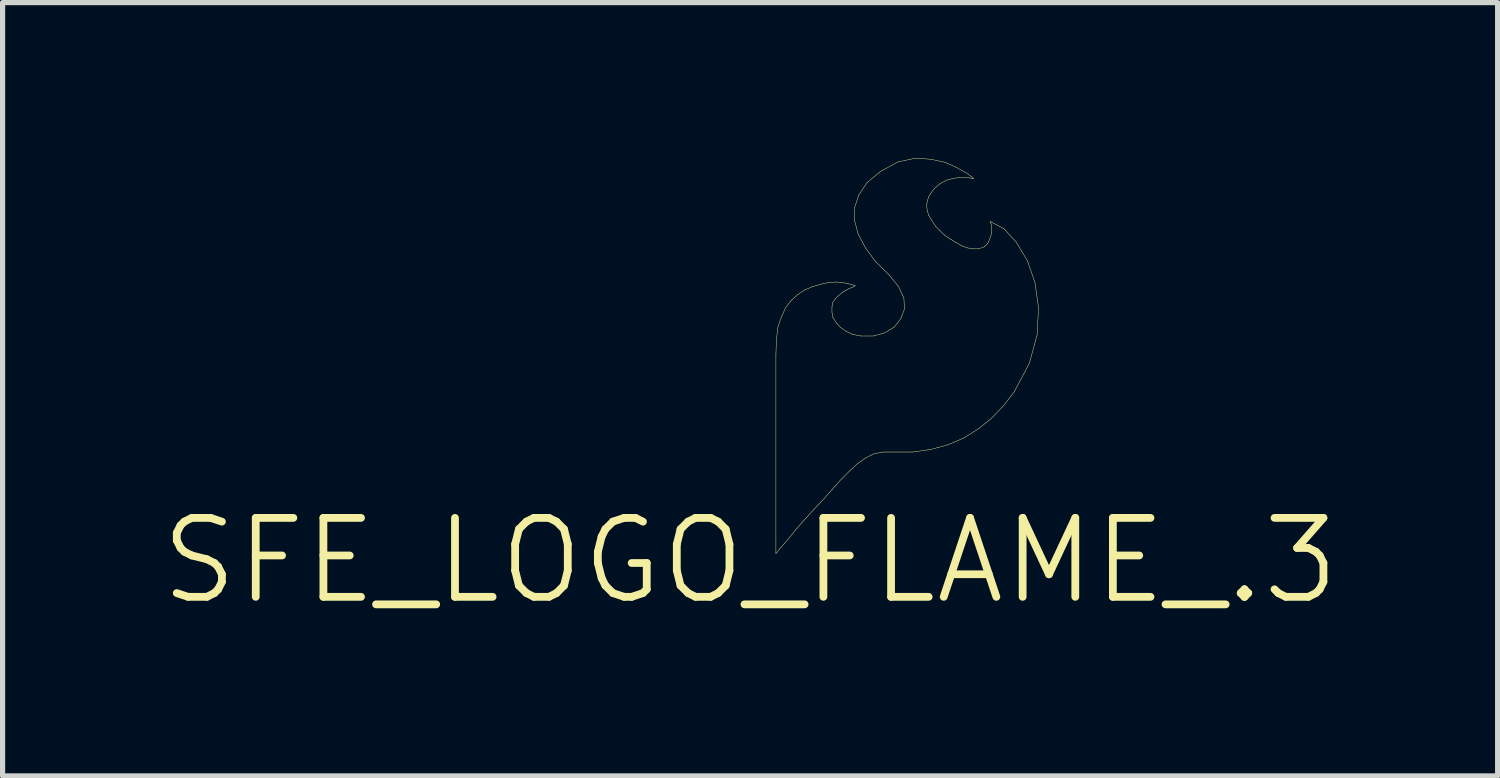
<source format=kicad_pcb>
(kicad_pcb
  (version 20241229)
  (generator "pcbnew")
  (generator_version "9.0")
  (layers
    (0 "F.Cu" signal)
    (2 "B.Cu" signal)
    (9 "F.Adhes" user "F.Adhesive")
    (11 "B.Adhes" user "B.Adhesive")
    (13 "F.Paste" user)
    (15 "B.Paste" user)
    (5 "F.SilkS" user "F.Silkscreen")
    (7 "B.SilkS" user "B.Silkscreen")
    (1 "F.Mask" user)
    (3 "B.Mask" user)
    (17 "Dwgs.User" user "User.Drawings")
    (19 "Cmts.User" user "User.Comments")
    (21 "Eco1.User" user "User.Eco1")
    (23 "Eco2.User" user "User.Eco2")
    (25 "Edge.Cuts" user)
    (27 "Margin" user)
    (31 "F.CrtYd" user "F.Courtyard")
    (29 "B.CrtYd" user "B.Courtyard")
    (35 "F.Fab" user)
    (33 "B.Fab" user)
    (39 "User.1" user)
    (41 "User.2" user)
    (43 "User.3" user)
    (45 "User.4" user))
  (footprint "SFE_LOGO_FLAME_.3"
    (layer "F.Cu")
    (at 11.43 7.774)
    (property "Reference" "SFE_LOGO_FLAME_.3" (at 0 0 0) (layer "F.SilkS") (effects (font (size 1.524 1.524) (thickness 0.15))))
    (attr exclude_from_pos_files exclude_from_bom)
    (fp_line (start 0.498 -3.978) (end 0.498 -0.14) (stroke (width 0.008) (type solid)) (layer "F.SilkS"))
    (fp_line (start 0.498 -0.14) (end 0.518 -0.157) (stroke (width 0.008) (type solid)) (layer "F.SilkS"))
    (fp_line (start 0.508 -4.27) (end 0.498 -3.978) (stroke (width 0.008) (type solid)) (layer "F.SilkS"))
    (fp_line (start 0.518 -0.157) (end 0.569 -0.229) (stroke (width 0.008) (type solid)) (layer "F.SilkS"))
    (fp_line (start 0.538 -4.519) (end 0.508 -4.27) (stroke (width 0.008) (type solid)) (layer "F.SilkS"))
    (fp_line (start 0.569 -0.229) (end 0.658 -0.328) (stroke (width 0.008) (type solid)) (layer "F.SilkS"))
    (fp_line (start 0.61 -4.719) (end 0.538 -4.519) (stroke (width 0.008) (type solid)) (layer "F.SilkS"))
    (fp_line (start 0.658 -0.328) (end 0.77 -0.46) (stroke (width 0.008) (type solid)) (layer "F.SilkS"))
    (fp_line (start 0.688 -4.889) (end 0.61 -4.719) (stroke (width 0.008) (type solid)) (layer "F.SilkS"))
    (fp_line (start 0.77 -0.46) (end 0.899 -0.62) (stroke (width 0.008) (type solid)) (layer "F.SilkS"))
    (fp_line (start 0.798 -5.029) (end 0.688 -4.889) (stroke (width 0.008) (type solid)) (layer "F.SilkS"))
    (fp_line (start 0.899 -0.62) (end 1.049 -0.79) (stroke (width 0.008) (type solid)) (layer "F.SilkS"))
    (fp_line (start 0.919 -5.138) (end 0.798 -5.029) (stroke (width 0.008) (type solid)) (layer "F.SilkS"))
    (fp_line (start 1.049 -0.79) (end 1.219 -0.978) (stroke (width 0.008) (type solid)) (layer "F.SilkS"))
    (fp_line (start 1.059 -5.23) (end 0.919 -5.138) (stroke (width 0.008) (type solid)) (layer "F.SilkS"))
    (fp_line (start 1.199 -5.288) (end 1.059 -5.23) (stroke (width 0.008) (type solid)) (layer "F.SilkS"))
    (fp_line (start 1.219 -0.978) (end 1.4 -1.168) (stroke (width 0.008) (type solid)) (layer "F.SilkS"))
    (fp_line (start 1.369 -5.339) (end 1.199 -5.288) (stroke (width 0.008) (type solid)) (layer "F.SilkS"))
    (fp_line (start 1.4 -1.168) (end 1.587 -1.379) (stroke (width 0.008) (type solid)) (layer "F.SilkS"))
    (fp_line (start 1.519 -5.37) (end 1.369 -5.339) (stroke (width 0.008) (type solid)) (layer "F.SilkS"))
    (fp_line (start 1.58 -4.9) (end 1.598 -4.989) (stroke (width 0.008) (type solid)) (layer "F.SilkS"))
    (fp_line (start 1.58 -4.798) (end 1.58 -4.9) (stroke (width 0.008) (type solid)) (layer "F.SilkS"))
    (fp_line (start 1.587 -1.379) (end 1.758 -1.57) (stroke (width 0.008) (type solid)) (layer "F.SilkS"))
    (fp_line (start 1.598 -4.989) (end 1.648 -5.06) (stroke (width 0.008) (type solid)) (layer "F.SilkS"))
    (fp_line (start 1.598 -4.699) (end 1.58 -4.798) (stroke (width 0.008) (type solid)) (layer "F.SilkS"))
    (fp_line (start 1.648 -5.06) (end 1.709 -5.118) (stroke (width 0.008) (type solid)) (layer "F.SilkS"))
    (fp_line (start 1.659 -5.38) (end 1.519 -5.37) (stroke (width 0.008) (type solid)) (layer "F.SilkS"))
    (fp_line (start 1.659 -4.6) (end 1.598 -4.699) (stroke (width 0.008) (type solid)) (layer "F.SilkS"))
    (fp_line (start 1.709 -5.118) (end 1.778 -5.179) (stroke (width 0.008) (type solid)) (layer "F.SilkS"))
    (fp_line (start 1.74 -4.508) (end 1.659 -4.6) (stroke (width 0.008) (type solid)) (layer "F.SilkS"))
    (fp_line (start 1.758 -1.57) (end 1.918 -1.73) (stroke (width 0.008) (type solid)) (layer "F.SilkS"))
    (fp_line (start 1.778 -5.37) (end 1.659 -5.38) (stroke (width 0.008) (type solid)) (layer "F.SilkS"))
    (fp_line (start 1.778 -5.179) (end 1.849 -5.22) (stroke (width 0.008) (type solid)) (layer "F.SilkS"))
    (fp_line (start 1.849 -5.22) (end 1.918 -5.258) (stroke (width 0.008) (type solid)) (layer "F.SilkS"))
    (fp_line (start 1.849 -4.43) (end 1.74 -4.508) (stroke (width 0.008) (type solid)) (layer "F.SilkS"))
    (fp_line (start 1.89 -5.349) (end 1.778 -5.37) (stroke (width 0.008) (type solid)) (layer "F.SilkS"))
    (fp_line (start 1.918 -5.258) (end 1.979 -5.278) (stroke (width 0.008) (type solid)) (layer "F.SilkS"))
    (fp_line (start 1.918 -1.73) (end 2.068 -1.869) (stroke (width 0.008) (type solid)) (layer "F.SilkS"))
    (fp_line (start 1.958 -5.329) (end 1.89 -5.349) (stroke (width 0.008) (type solid)) (layer "F.SilkS"))
    (fp_line (start 1.979 -5.278) (end 2.009 -5.298) (stroke (width 0.008) (type solid)) (layer "F.SilkS"))
    (fp_line (start 1.979 -4.369) (end 1.849 -4.43) (stroke (width 0.008) (type solid)) (layer "F.SilkS"))
    (fp_line (start 2.009 -5.319) (end 1.958 -5.329) (stroke (width 0.008) (type solid)) (layer "F.SilkS"))
    (fp_line (start 2.009 -5.298) (end 2.029 -5.309) (stroke (width 0.008) (type solid)) (layer "F.SilkS"))
    (fp_line (start 2.019 -6.82) (end 2.019 -6.558) (stroke (width 0.008) (type solid)) (layer "F.SilkS"))
    (fp_line (start 2.019 -6.558) (end 2.088 -6.299) (stroke (width 0.008) (type solid)) (layer "F.SilkS"))
    (fp_line (start 2.029 -5.309) (end 2.009 -5.319) (stroke (width 0.008) (type solid)) (layer "F.SilkS"))
    (fp_line (start 2.068 -1.869) (end 2.22 -1.979) (stroke (width 0.008) (type solid)) (layer "F.SilkS"))
    (fp_line (start 2.088 -6.299) (end 2.228 -6.038) (stroke (width 0.008) (type solid)) (layer "F.SilkS"))
    (fp_line (start 2.098 -7.059) (end 2.019 -6.82) (stroke (width 0.008) (type solid)) (layer "F.SilkS"))
    (fp_line (start 2.139 -4.338) (end 1.979 -4.369) (stroke (width 0.008) (type solid)) (layer "F.SilkS"))
    (fp_line (start 2.22 -1.979) (end 2.38 -2.06) (stroke (width 0.008) (type solid)) (layer "F.SilkS"))
    (fp_line (start 2.228 -6.038) (end 2.418 -5.779) (stroke (width 0.008) (type solid)) (layer "F.SilkS"))
    (fp_line (start 2.258 -7.3) (end 2.098 -7.059) (stroke (width 0.008) (type solid)) (layer "F.SilkS"))
    (fp_line (start 2.38 -4.338) (end 2.139 -4.338) (stroke (width 0.008) (type solid)) (layer "F.SilkS"))
    (fp_line (start 2.38 -2.06) (end 2.558 -2.098) (stroke (width 0.008) (type solid)) (layer "F.SilkS"))
    (fp_line (start 2.418 -5.779) (end 2.68 -5.519) (stroke (width 0.008) (type solid)) (layer "F.SilkS"))
    (fp_line (start 2.52 -7.518) (end 2.258 -7.3) (stroke (width 0.008) (type solid)) (layer "F.SilkS"))
    (fp_line (start 2.558 -2.098) (end 3.139 -2.098) (stroke (width 0.008) (type solid)) (layer "F.SilkS"))
    (fp_line (start 2.598 -4.399) (end 2.38 -4.338) (stroke (width 0.008) (type solid)) (layer "F.SilkS"))
    (fp_line (start 2.68 -5.519) (end 2.868 -5.288) (stroke (width 0.008) (type solid)) (layer "F.SilkS"))
    (fp_line (start 2.779 -4.508) (end 2.598 -4.399) (stroke (width 0.008) (type solid)) (layer "F.SilkS"))
    (fp_line (start 2.857 -7.699) (end 2.52 -7.518) (stroke (width 0.008) (type solid)) (layer "F.SilkS"))
    (fp_line (start 2.868 -5.288) (end 2.969 -5.07) (stroke (width 0.008) (type solid)) (layer "F.SilkS"))
    (fp_line (start 2.908 -4.669) (end 2.779 -4.508) (stroke (width 0.008) (type solid)) (layer "F.SilkS"))
    (fp_line (start 2.969 -5.07) (end 2.979 -4.859) (stroke (width 0.008) (type solid)) (layer "F.SilkS"))
    (fp_line (start 2.979 -4.859) (end 2.908 -4.669) (stroke (width 0.008) (type solid)) (layer "F.SilkS"))
    (fp_line (start 3.139 -2.098) (end 3.49 -2.149) (stroke (width 0.008) (type solid)) (layer "F.SilkS"))
    (fp_line (start 3.188 -7.77) (end 2.857 -7.699) (stroke (width 0.008) (type solid)) (layer "F.SilkS"))
    (fp_line (start 3.409 -6.858) (end 3.419 -6.939) (stroke (width 0.008) (type solid)) (layer "F.SilkS"))
    (fp_line (start 3.419 -6.939) (end 3.449 -7.028) (stroke (width 0.008) (type solid)) (layer "F.SilkS"))
    (fp_line (start 3.419 -6.759) (end 3.409 -6.858) (stroke (width 0.008) (type solid)) (layer "F.SilkS"))
    (fp_line (start 3.449 -7.028) (end 3.498 -7.109) (stroke (width 0.008) (type solid)) (layer "F.SilkS"))
    (fp_line (start 3.449 -6.668) (end 3.419 -6.759) (stroke (width 0.008) (type solid)) (layer "F.SilkS"))
    (fp_line (start 3.49 -7.75) (end 3.188 -7.77) (stroke (width 0.008) (type solid)) (layer "F.SilkS"))
    (fp_line (start 3.49 -2.149) (end 3.818 -2.238) (stroke (width 0.008) (type solid)) (layer "F.SilkS"))
    (fp_line (start 3.498 -7.109) (end 3.559 -7.188) (stroke (width 0.008) (type solid)) (layer "F.SilkS"))
    (fp_line (start 3.508 -6.568) (end 3.449 -6.668) (stroke (width 0.008) (type solid)) (layer "F.SilkS"))
    (fp_line (start 3.559 -7.188) (end 3.668 -7.28) (stroke (width 0.008) (type solid)) (layer "F.SilkS"))
    (fp_line (start 3.579 -6.459) (end 3.508 -6.568) (stroke (width 0.008) (type solid)) (layer "F.SilkS"))
    (fp_line (start 3.668 -7.28) (end 3.8 -7.348) (stroke (width 0.008) (type solid)) (layer "F.SilkS"))
    (fp_line (start 3.668 -6.368) (end 3.579 -6.459) (stroke (width 0.008) (type solid)) (layer "F.SilkS"))
    (fp_line (start 3.759 -6.279) (end 3.668 -6.368) (stroke (width 0.008) (type solid)) (layer "F.SilkS"))
    (fp_line (start 3.769 -7.689) (end 3.49 -7.75) (stroke (width 0.008) (type solid)) (layer "F.SilkS"))
    (fp_line (start 3.8 -7.348) (end 3.919 -7.379) (stroke (width 0.008) (type solid)) (layer "F.SilkS"))
    (fp_line (start 3.818 -2.238) (end 4.128 -2.37) (stroke (width 0.008) (type solid)) (layer "F.SilkS"))
    (fp_line (start 3.868 -6.208) (end 3.759 -6.279) (stroke (width 0.008) (type solid)) (layer "F.SilkS"))
    (fp_line (start 3.919 -7.379) (end 4.049 -7.399) (stroke (width 0.008) (type solid)) (layer "F.SilkS"))
    (fp_line (start 3.978 -6.139) (end 3.868 -6.208) (stroke (width 0.008) (type solid)) (layer "F.SilkS"))
    (fp_line (start 3.988 -7.59) (end 3.769 -7.689) (stroke (width 0.008) (type solid)) (layer "F.SilkS"))
    (fp_line (start 4.049 -7.399) (end 4.148 -7.399) (stroke (width 0.008) (type solid)) (layer "F.SilkS"))
    (fp_line (start 4.089 -6.078) (end 3.978 -6.139) (stroke (width 0.008) (type solid)) (layer "F.SilkS"))
    (fp_line (start 4.128 -2.37) (end 4.409 -2.548) (stroke (width 0.008) (type solid)) (layer "F.SilkS"))
    (fp_line (start 4.148 -7.399) (end 4.239 -7.389) (stroke (width 0.008) (type solid)) (layer "F.SilkS"))
    (fp_line (start 4.168 -7.488) (end 3.988 -7.59) (stroke (width 0.008) (type solid)) (layer "F.SilkS"))
    (fp_line (start 4.199 -6.038) (end 4.089 -6.078) (stroke (width 0.008) (type solid)) (layer "F.SilkS"))
    (fp_line (start 4.239 -7.389) (end 4.298 -7.379) (stroke (width 0.008) (type solid)) (layer "F.SilkS"))
    (fp_line (start 4.28 -7.409) (end 4.168 -7.488) (stroke (width 0.008) (type solid)) (layer "F.SilkS"))
    (fp_line (start 4.298 -7.379) (end 4.318 -7.379) (stroke (width 0.008) (type solid)) (layer "F.SilkS"))
    (fp_line (start 4.308 -6.02) (end 4.199 -6.038) (stroke (width 0.008) (type solid)) (layer "F.SilkS"))
    (fp_line (start 4.318 -7.379) (end 4.28 -7.409) (stroke (width 0.008) (type solid)) (layer "F.SilkS"))
    (fp_line (start 4.409 -6.02) (end 4.308 -6.02) (stroke (width 0.008) (type solid)) (layer "F.SilkS"))
    (fp_line (start 4.409 -2.548) (end 4.658 -2.748) (stroke (width 0.008) (type solid)) (layer "F.SilkS"))
    (fp_line (start 4.519 -6.058) (end 4.409 -6.02) (stroke (width 0.008) (type solid)) (layer "F.SilkS"))
    (fp_line (start 4.59 -6.129) (end 4.519 -6.058) (stroke (width 0.008) (type solid)) (layer "F.SilkS"))
    (fp_line (start 4.628 -6.218) (end 4.59 -6.129) (stroke (width 0.008) (type solid)) (layer "F.SilkS"))
    (fp_line (start 4.638 -6.548) (end 4.648 -6.538) (stroke (width 0.008) (type solid)) (layer "F.SilkS"))
    (fp_line (start 4.648 -6.538) (end 4.648 -6.518) (stroke (width 0.008) (type solid)) (layer "F.SilkS"))
    (fp_line (start 4.648 -6.518) (end 4.658 -6.469) (stroke (width 0.008) (type solid)) (layer "F.SilkS"))
    (fp_line (start 4.658 -6.469) (end 4.658 -6.309) (stroke (width 0.008) (type solid)) (layer "F.SilkS"))
    (fp_line (start 4.658 -6.309) (end 4.628 -6.218) (stroke (width 0.008) (type solid)) (layer "F.SilkS"))
    (fp_line (start 4.658 -2.748) (end 4.889 -2.99) (stroke (width 0.008) (type solid)) (layer "F.SilkS"))
    (fp_line (start 4.889 -2.99) (end 5.098 -3.259) (stroke (width 0.008) (type solid)) (layer "F.SilkS"))
    (fp_line (start 4.9 -6.408) (end 4.638 -6.548) (stroke (width 0.008) (type solid)) (layer "F.SilkS"))
    (fp_line (start 5.098 -3.259) (end 5.39 -3.81) (stroke (width 0.008) (type solid)) (layer "F.SilkS"))
    (fp_line (start 5.138 -6.149) (end 4.9 -6.408) (stroke (width 0.008) (type solid)) (layer "F.SilkS"))
    (fp_line (start 5.349 -5.799) (end 5.138 -6.149) (stroke (width 0.008) (type solid)) (layer "F.SilkS"))
    (fp_line (start 5.39 -3.81) (end 5.54 -4.359) (stroke (width 0.008) (type solid)) (layer "F.SilkS"))
    (fp_line (start 5.499 -5.37) (end 5.349 -5.799) (stroke (width 0.008) (type solid)) (layer "F.SilkS"))
    (fp_line (start 5.54 -4.359) (end 5.568 -4.879) (stroke (width 0.008) (type solid)) (layer "F.SilkS"))
    (fp_line (start 5.568 -4.879) (end 5.499 -5.37) (stroke (width 0.008) (type solid)) (layer "F.SilkS")))
  (gr_rect
    (start -3 -3)
    (end 25.86 11.928)
    (stroke (width 0.1) (type default))
    (fill no)
    (layer "Edge.Cuts")))
</source>
